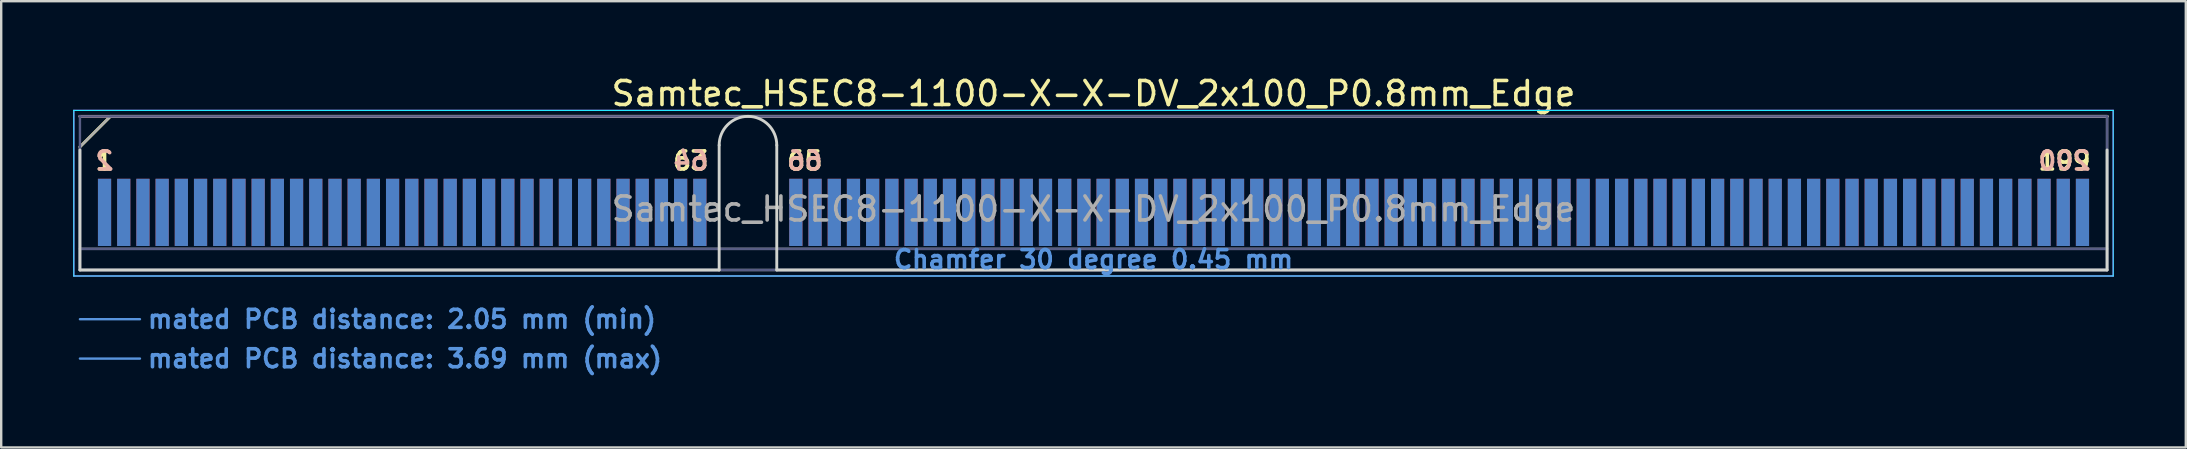
<source format=kicad_pcb>
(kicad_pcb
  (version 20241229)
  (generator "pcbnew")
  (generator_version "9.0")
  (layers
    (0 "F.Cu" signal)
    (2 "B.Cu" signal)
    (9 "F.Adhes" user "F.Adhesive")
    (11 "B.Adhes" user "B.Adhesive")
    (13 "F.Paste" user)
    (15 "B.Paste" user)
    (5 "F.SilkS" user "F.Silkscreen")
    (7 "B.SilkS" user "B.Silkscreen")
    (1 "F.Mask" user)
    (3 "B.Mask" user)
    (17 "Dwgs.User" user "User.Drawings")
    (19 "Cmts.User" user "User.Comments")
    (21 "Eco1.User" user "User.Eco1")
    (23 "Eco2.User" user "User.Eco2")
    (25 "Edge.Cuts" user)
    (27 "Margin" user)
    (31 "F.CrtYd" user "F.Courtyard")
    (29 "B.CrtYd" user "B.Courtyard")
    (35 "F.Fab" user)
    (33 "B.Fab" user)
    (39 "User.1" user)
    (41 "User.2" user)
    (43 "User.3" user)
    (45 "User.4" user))
  (footprint "Samtec_HSEC8-1100-X-X-DV_2x100_P0.8mm_Edge"
    (layer "F.Cu")
    (at 42.505 8.198)
    (property "Reference" "Samtec_HSEC8-1100-X-X-DV_2x100_P0.8mm_Edge" (at 0 -7.35 0) (layer "F.SilkS") (effects (font (size 1 1) (thickness 0.15))))
    (attr exclude_from_pos_files exclude_from_bom)
    (fp_line (start -42.225 -5.13) (end -40.955 -6.4) (stroke (width 0.12) (type solid)) (layer "F.SilkS"))
    (fp_line (start -40.955 -6.4) (end 42.225 -6.4) (stroke (width 0.12) (type solid)) (layer "F.SilkS"))
    (fp_line (start -42.225 -6.4) (end -42.225 -6.4) (stroke (width 0.12) (type solid)) (layer "B.SilkS"))
    (fp_line (start -42.225 -6.4) (end 42.225 -6.4) (stroke (width 0.12) (type solid)) (layer "B.SilkS"))
    (fp_line (start -42.225 2.05) (end -39.725 2.05) (stroke (width 0.1) (type solid)) (layer "Cmts.User"))
    (fp_line (start -42.225 3.69) (end -39.725 3.69) (stroke (width 0.1) (type solid)) (layer "Cmts.User"))
    (fp_line (start -42.225 -5) (end -42.225 0) (stroke (width 0.12) (type solid)) (layer "Edge.Cuts"))
    (fp_line (start -42.225 0) (end -15.595 0) (stroke (width 0.12) (type solid)) (layer "Edge.Cuts"))
    (fp_line (start -15.595 0) (end -15.595 -5.2) (stroke (width 0.12) (type solid)) (layer "Edge.Cuts"))
    (fp_line (start -13.195 -5.2) (end -13.195 0) (stroke (width 0.12) (type solid)) (layer "Edge.Cuts"))
    (fp_line (start -13.195 0) (end 42.225 0) (stroke (width 0.12) (type solid)) (layer "Edge.Cuts"))
    (fp_line (start 42.225 0) (end 42.225 -5) (stroke (width 0.12) (type solid)) (layer "Edge.Cuts"))
    (fp_arc (start -15.595 -5.2) (mid -14.395 -6.4) (end -13.195 -5.2) (stroke (width 0.12) (type solid)) (layer "Edge.Cuts"))
    (fp_line (start -42.48 -6.65) (end -42.48 0.25) (stroke (width 0.05) (type solid)) (layer "B.CrtYd"))
    (fp_line (start -42.48 0.25) (end 42.48 0.25) (stroke (width 0.05) (type solid)) (layer "B.CrtYd"))
    (fp_line (start 42.48 -6.65) (end -42.48 -6.65) (stroke (width 0.05) (type solid)) (layer "B.CrtYd"))
    (fp_line (start 42.48 0.25) (end 42.48 -6.65) (stroke (width 0.05) (type solid)) (layer "B.CrtYd"))
    (fp_line (start -42.48 -6.65) (end -42.48 0.25) (stroke (width 0.05) (type solid)) (layer "F.CrtYd"))
    (fp_line (start -42.48 0.25) (end 42.48 0.25) (stroke (width 0.05) (type solid)) (layer "F.CrtYd"))
    (fp_line (start 42.48 -6.65) (end -42.48 -6.65) (stroke (width 0.05) (type solid)) (layer "F.CrtYd"))
    (fp_line (start 42.48 0.25) (end 42.48 -6.65) (stroke (width 0.05) (type solid)) (layer "F.CrtYd"))
    (fp_line (start -42.225 -6.4) (end -42.225 -6.4) (stroke (width 0.1) (type solid)) (layer "B.Fab"))
    (fp_line (start -42.225 -6.4) (end -42.225 0) (stroke (width 0.1) (type solid)) (layer "B.Fab"))
    (fp_line (start -42.225 -6.4) (end 42.225 -6.4) (stroke (width 0.1) (type solid)) (layer "B.Fab"))
    (fp_line (start -42.225 -0.88) (end 42.225 -0.88) (stroke (width 0.1) (type solid)) (layer "B.Fab"))
    (fp_line (start -42.225 0) (end 42.225 0) (stroke (width 0.1) (type solid)) (layer "B.Fab"))
    (fp_line (start 42.225 -6.4) (end 42.225 0) (stroke (width 0.1) (type solid)) (layer "B.Fab"))
    (fp_line (start -42.225 -5.13) (end -42.225 0) (stroke (width 0.1) (type solid)) (layer "F.Fab"))
    (fp_line (start -42.225 -5.13) (end -40.955 -6.4) (stroke (width 0.1) (type solid)) (layer "F.Fab"))
    (fp_line (start -42.225 -0.88) (end 42.225 -0.88) (stroke (width 0.1) (type solid)) (layer "F.Fab"))
    (fp_line (start -42.225 0) (end 42.225 0) (stroke (width 0.1) (type solid)) (layer "F.Fab"))
    (fp_line (start -40.955 -6.4) (end 42.225 -6.4) (stroke (width 0.1) (type solid)) (layer "F.Fab"))
    (fp_line (start 42.225 -6.4) (end 42.225 0) (stroke (width 0.1) (type solid)) (layer "F.Fab"))
    (fp_text user "199" (at 40.45 -4.55 0) (layer "F.SilkS") (effects (font (size 0.75 0.75) (thickness 0.15))))
    (fp_text user "1" (at -41.2 -4.55 0) (layer "F.SilkS") (effects (font (size 0.75 0.75) (thickness 0.15))))
    (fp_text user "63" (at -16.775 -4.55 0) (layer "F.SilkS") (effects (font (size 0.75 0.75) (thickness 0.15))))
    (fp_text user "65" (at -12.025 -4.55 0) (layer "F.SilkS") (effects (font (size 0.75 0.75) (thickness 0.15))))
    (fp_text user "64" (at -16.775 -4.55 0) (layer "B.SilkS") (effects (font (size 0.75 0.75) (thickness 0.15)) (justify mirror)))
    (fp_text user "2" (at -41.2 -4.55 0) (layer "B.SilkS") (effects (font (size 0.75 0.75) (thickness 0.15)) (justify mirror)))
    (fp_text user "200" (at 40.45 -4.55 0) (layer "B.SilkS") (effects (font (size 0.75 0.75) (thickness 0.15)) (justify mirror)))
    (fp_text user "66" (at -12.025 -4.55 0) (layer "B.SilkS") (effects (font (size 0.75 0.75) (thickness 0.15)) (justify mirror)))
    (fp_text user "mated PCB distance: 2.05 mm (min)" (at -39.48 2.05 0) (layer "Cmts.User") (effects (font (size 0.75 0.75) (thickness 0.15)) (justify left)))
    (fp_text user "mated PCB distance: 3.69 mm (max)" (at -39.48 3.69 0) (layer "Cmts.User") (effects (font (size 0.75 0.75) (thickness 0.15)) (justify left)))
    (fp_text user "Chamfer 30 degree 0.45 mm" (at 0 -0.44 0) (layer "Cmts.User") (effects (font (size 0.75 0.75) (thickness 0.15))))
    (fp_text user "${REFERENCE}" (at 0 -2.54 0) (layer "F.Fab") (effects (font (size 1 1) (thickness 0.15))))
    (pad "1" connect rect (at -41.2 -2.4) (size 0.55 2.8) (layers "F.Cu" "F.Mask"))
    (pad "2" connect rect (at -41.2 -2.4) (size 0.55 2.8) (layers "B.Cu" "B.Mask"))
    (pad "3" connect rect (at -40.4 -2.4) (size 0.55 2.8) (layers "F.Cu" "F.Mask"))
    (pad "4" connect rect (at -40.4 -2.4) (size 0.55 2.8) (layers "B.Cu" "B.Mask"))
    (pad "5" connect rect (at -39.6 -2.4) (size 0.55 2.8) (layers "F.Cu" "F.Mask"))
    (pad "6" connect rect (at -39.6 -2.4) (size 0.55 2.8) (layers "B.Cu" "B.Mask"))
    (pad "7" connect rect (at -38.8 -2.4) (size 0.55 2.8) (layers "F.Cu" "F.Mask"))
    (pad "8" connect rect (at -38.8 -2.4) (size 0.55 2.8) (layers "B.Cu" "B.Mask"))
    (pad "9" connect rect (at -38 -2.4) (size 0.55 2.8) (layers "F.Cu" "F.Mask"))
    (pad "10" connect rect (at -38 -2.4) (size 0.55 2.8) (layers "B.Cu" "B.Mask"))
    (pad "11" connect rect (at -37.2 -2.4) (size 0.55 2.8) (layers "F.Cu" "F.Mask"))
    (pad "12" connect rect (at -37.2 -2.4) (size 0.55 2.8) (layers "B.Cu" "B.Mask"))
    (pad "13" connect rect (at -36.4 -2.4) (size 0.55 2.8) (layers "F.Cu" "F.Mask"))
    (pad "14" connect rect (at -36.4 -2.4) (size 0.55 2.8) (layers "B.Cu" "B.Mask"))
    (pad "15" connect rect (at -35.6 -2.4) (size 0.55 2.8) (layers "F.Cu" "F.Mask"))
    (pad "16" connect rect (at -35.6 -2.4) (size 0.55 2.8) (layers "B.Cu" "B.Mask"))
    (pad "17" connect rect (at -34.8 -2.4) (size 0.55 2.8) (layers "F.Cu" "F.Mask"))
    (pad "18" connect rect (at -34.8 -2.4) (size 0.55 2.8) (layers "B.Cu" "B.Mask"))
    (pad "19" connect rect (at -34 -2.4) (size 0.55 2.8) (layers "F.Cu" "F.Mask"))
    (pad "20" connect rect (at -34 -2.4) (size 0.55 2.8) (layers "B.Cu" "B.Mask"))
    (pad "21" connect rect (at -33.2 -2.4) (size 0.55 2.8) (layers "F.Cu" "F.Mask"))
    (pad "22" connect rect (at -33.2 -2.4) (size 0.55 2.8) (layers "B.Cu" "B.Mask"))
    (pad "23" connect rect (at -32.4 -2.4) (size 0.55 2.8) (layers "F.Cu" "F.Mask"))
    (pad "24" connect rect (at -32.4 -2.4) (size 0.55 2.8) (layers "B.Cu" "B.Mask"))
    (pad "25" connect rect (at -31.6 -2.4) (size 0.55 2.8) (layers "F.Cu" "F.Mask"))
    (pad "26" connect rect (at -31.6 -2.4) (size 0.55 2.8) (layers "B.Cu" "B.Mask"))
    (pad "27" connect rect (at -30.8 -2.4) (size 0.55 2.8) (layers "F.Cu" "F.Mask"))
    (pad "28" connect rect (at -30.8 -2.4) (size 0.55 2.8) (layers "B.Cu" "B.Mask"))
    (pad "29" connect rect (at -30 -2.4) (size 0.55 2.8) (layers "F.Cu" "F.Mask"))
    (pad "30" connect rect (at -30 -2.4) (size 0.55 2.8) (layers "B.Cu" "B.Mask"))
    (pad "31" connect rect (at -29.2 -2.4) (size 0.55 2.8) (layers "F.Cu" "F.Mask"))
    (pad "32" connect rect (at -29.2 -2.4) (size 0.55 2.8) (layers "B.Cu" "B.Mask"))
    (pad "33" connect rect (at -28.4 -2.4) (size 0.55 2.8) (layers "F.Cu" "F.Mask"))
    (pad "34" connect rect (at -28.4 -2.4) (size 0.55 2.8) (layers "B.Cu" "B.Mask"))
    (pad "35" connect rect (at -27.6 -2.4) (size 0.55 2.8) (layers "F.Cu" "F.Mask"))
    (pad "36" connect rect (at -27.6 -2.4) (size 0.55 2.8) (layers "B.Cu" "B.Mask"))
    (pad "37" connect rect (at -26.8 -2.4) (size 0.55 2.8) (layers "F.Cu" "F.Mask"))
    (pad "38" connect rect (at -26.8 -2.4) (size 0.55 2.8) (layers "B.Cu" "B.Mask"))
    (pad "39" connect rect (at -26 -2.4) (size 0.55 2.8) (layers "F.Cu" "F.Mask"))
    (pad "40" connect rect (at -26 -2.4) (size 0.55 2.8) (layers "B.Cu" "B.Mask"))
    (pad "41" connect rect (at -25.2 -2.4) (size 0.55 2.8) (layers "F.Cu" "F.Mask"))
    (pad "42" connect rect (at -25.2 -2.4) (size 0.55 2.8) (layers "B.Cu" "B.Mask"))
    (pad "43" connect rect (at -24.4 -2.4) (size 0.55 2.8) (layers "F.Cu" "F.Mask"))
    (pad "44" connect rect (at -24.4 -2.4) (size 0.55 2.8) (layers "B.Cu" "B.Mask"))
    (pad "45" connect rect (at -23.6 -2.4) (size 0.55 2.8) (layers "F.Cu" "F.Mask"))
    (pad "46" connect rect (at -23.6 -2.4) (size 0.55 2.8) (layers "B.Cu" "B.Mask"))
    (pad "47" connect rect (at -22.8 -2.4) (size 0.55 2.8) (layers "F.Cu" "F.Mask"))
    (pad "48" connect rect (at -22.8 -2.4) (size 0.55 2.8) (layers "B.Cu" "B.Mask"))
    (pad "49" connect rect (at -22 -2.4) (size 0.55 2.8) (layers "F.Cu" "F.Mask"))
    (pad "50" connect rect (at -22 -2.4) (size 0.55 2.8) (layers "B.Cu" "B.Mask"))
    (pad "51" connect rect (at -21.2 -2.4) (size 0.55 2.8) (layers "F.Cu" "F.Mask"))
    (pad "52" connect rect (at -21.2 -2.4) (size 0.55 2.8) (layers "B.Cu" "B.Mask"))
    (pad "53" connect rect (at -20.4 -2.4) (size 0.55 2.8) (layers "F.Cu" "F.Mask"))
    (pad "54" connect rect (at -20.4 -2.4) (size 0.55 2.8) (layers "B.Cu" "B.Mask"))
    (pad "55" connect rect (at -19.6 -2.4) (size 0.55 2.8) (layers "F.Cu" "F.Mask"))
    (pad "56" connect rect (at -19.6 -2.4) (size 0.55 2.8) (layers "B.Cu" "B.Mask"))
    (pad "57" connect rect (at -18.8 -2.4) (size 0.55 2.8) (layers "F.Cu" "F.Mask"))
    (pad "58" connect rect (at -18.8 -2.4) (size 0.55 2.8) (layers "B.Cu" "B.Mask"))
    (pad "59" connect rect (at -18 -2.4) (size 0.55 2.8) (layers "F.Cu" "F.Mask"))
    (pad "60" connect rect (at -18 -2.4) (size 0.55 2.8) (layers "B.Cu" "B.Mask"))
    (pad "61" connect rect (at -17.2 -2.4) (size 0.55 2.8) (layers "F.Cu" "F.Mask"))
    (pad "62" connect rect (at -17.2 -2.4) (size 0.55 2.8) (layers "B.Cu" "B.Mask"))
    (pad "63" connect rect (at -16.4 -2.4) (size 0.55 2.8) (layers "F.Cu" "F.Mask"))
    (pad "64" connect rect (at -16.4 -2.4) (size 0.55 2.8) (layers "B.Cu" "B.Mask"))
    (pad "65" connect rect (at -12.4 -2.4) (size 0.55 2.8) (layers "F.Cu" "F.Mask"))
    (pad "66" connect rect (at -12.4 -2.4) (size 0.55 2.8) (layers "B.Cu" "B.Mask"))
    (pad "67" connect rect (at -11.6 -2.4) (size 0.55 2.8) (layers "F.Cu" "F.Mask"))
    (pad "68" connect rect (at -11.6 -2.4) (size 0.55 2.8) (layers "B.Cu" "B.Mask"))
    (pad "69" connect rect (at -10.8 -2.4) (size 0.55 2.8) (layers "F.Cu" "F.Mask"))
    (pad "70" connect rect (at -10.8 -2.4) (size 0.55 2.8) (layers "B.Cu" "B.Mask"))
    (pad "71" connect rect (at -10 -2.4) (size 0.55 2.8) (layers "F.Cu" "F.Mask"))
    (pad "72" connect rect (at -10 -2.4) (size 0.55 2.8) (layers "B.Cu" "B.Mask"))
    (pad "73" connect rect (at -9.2 -2.4) (size 0.55 2.8) (layers "F.Cu" "F.Mask"))
    (pad "74" connect rect (at -9.2 -2.4) (size 0.55 2.8) (layers "B.Cu" "B.Mask"))
    (pad "75" connect rect (at -8.4 -2.4) (size 0.55 2.8) (layers "F.Cu" "F.Mask"))
    (pad "76" connect rect (at -8.4 -2.4) (size 0.55 2.8) (layers "B.Cu" "B.Mask"))
    (pad "77" connect rect (at -7.6 -2.4) (size 0.55 2.8) (layers "F.Cu" "F.Mask"))
    (pad "78" connect rect (at -7.6 -2.4) (size 0.55 2.8) (layers "B.Cu" "B.Mask"))
    (pad "79" connect rect (at -6.8 -2.4) (size 0.55 2.8) (layers "F.Cu" "F.Mask"))
    (pad "80" connect rect (at -6.8 -2.4) (size 0.55 2.8) (layers "B.Cu" "B.Mask"))
    (pad "81" connect rect (at -6 -2.4) (size 0.55 2.8) (layers "F.Cu" "F.Mask"))
    (pad "82" connect rect (at -6 -2.4) (size 0.55 2.8) (layers "B.Cu" "B.Mask"))
    (pad "83" connect rect (at -5.2 -2.4) (size 0.55 2.8) (layers "F.Cu" "F.Mask"))
    (pad "84" connect rect (at -5.2 -2.4) (size 0.55 2.8) (layers "B.Cu" "B.Mask"))
    (pad "85" connect rect (at -4.4 -2.4) (size 0.55 2.8) (layers "F.Cu" "F.Mask"))
    (pad "86" connect rect (at -4.4 -2.4) (size 0.55 2.8) (layers "B.Cu" "B.Mask"))
    (pad "87" connect rect (at -3.6 -2.4) (size 0.55 2.8) (layers "F.Cu" "F.Mask"))
    (pad "88" connect rect (at -3.6 -2.4) (size 0.55 2.8) (layers "B.Cu" "B.Mask"))
    (pad "89" connect rect (at -2.8 -2.4) (size 0.55 2.8) (layers "F.Cu" "F.Mask"))
    (pad "90" connect rect (at -2.8 -2.4) (size 0.55 2.8) (layers "B.Cu" "B.Mask"))
    (pad "91" connect rect (at -2 -2.4) (size 0.55 2.8) (layers "F.Cu" "F.Mask"))
    (pad "92" connect rect (at -2 -2.4) (size 0.55 2.8) (layers "B.Cu" "B.Mask"))
    (pad "93" connect rect (at -1.2 -2.4) (size 0.55 2.8) (layers "F.Cu" "F.Mask"))
    (pad "94" connect rect (at -1.2 -2.4) (size 0.55 2.8) (layers "B.Cu" "B.Mask"))
    (pad "95" connect rect (at -0.4 -2.4) (size 0.55 2.8) (layers "F.Cu" "F.Mask"))
    (pad "96" connect rect (at -0.4 -2.4) (size 0.55 2.8) (layers "B.Cu" "B.Mask"))
    (pad "97" connect rect (at 0.4 -2.4) (size 0.55 2.8) (layers "F.Cu" "F.Mask"))
    (pad "98" connect rect (at 0.4 -2.4) (size 0.55 2.8) (layers "B.Cu" "B.Mask"))
    (pad "99" connect rect (at 1.2 -2.4) (size 0.55 2.8) (layers "F.Cu" "F.Mask"))
    (pad "100" connect rect (at 1.2 -2.4) (size 0.55 2.8) (layers "B.Cu" "B.Mask"))
    (pad "101" connect rect (at 2 -2.4) (size 0.55 2.8) (layers "F.Cu" "F.Mask"))
    (pad "102" connect rect (at 2 -2.4) (size 0.55 2.8) (layers "B.Cu" "B.Mask"))
    (pad "103" connect rect (at 2.8 -2.4) (size 0.55 2.8) (layers "F.Cu" "F.Mask"))
    (pad "104" connect rect (at 2.8 -2.4) (size 0.55 2.8) (layers "B.Cu" "B.Mask"))
    (pad "105" connect rect (at 3.6 -2.4) (size 0.55 2.8) (layers "F.Cu" "F.Mask"))
    (pad "106" connect rect (at 3.6 -2.4) (size 0.55 2.8) (layers "B.Cu" "B.Mask"))
    (pad "107" connect rect (at 4.4 -2.4) (size 0.55 2.8) (layers "F.Cu" "F.Mask"))
    (pad "108" connect rect (at 4.4 -2.4) (size 0.55 2.8) (layers "B.Cu" "B.Mask"))
    (pad "109" connect rect (at 5.2 -2.4) (size 0.55 2.8) (layers "F.Cu" "F.Mask"))
    (pad "110" connect rect (at 5.2 -2.4) (size 0.55 2.8) (layers "B.Cu" "B.Mask"))
    (pad "111" connect rect (at 6 -2.4) (size 0.55 2.8) (layers "F.Cu" "F.Mask"))
    (pad "112" connect rect (at 6 -2.4) (size 0.55 2.8) (layers "B.Cu" "B.Mask"))
    (pad "113" connect rect (at 6.8 -2.4) (size 0.55 2.8) (layers "F.Cu" "F.Mask"))
    (pad "114" connect rect (at 6.8 -2.4) (size 0.55 2.8) (layers "B.Cu" "B.Mask"))
    (pad "115" connect rect (at 7.6 -2.4) (size 0.55 2.8) (layers "F.Cu" "F.Mask"))
    (pad "116" connect rect (at 7.6 -2.4) (size 0.55 2.8) (layers "B.Cu" "B.Mask"))
    (pad "117" connect rect (at 8.4 -2.4) (size 0.55 2.8) (layers "F.Cu" "F.Mask"))
    (pad "118" connect rect (at 8.4 -2.4) (size 0.55 2.8) (layers "B.Cu" "B.Mask"))
    (pad "119" connect rect (at 9.2 -2.4) (size 0.55 2.8) (layers "F.Cu" "F.Mask"))
    (pad "120" connect rect (at 9.2 -2.4) (size 0.55 2.8) (layers "B.Cu" "B.Mask"))
    (pad "121" connect rect (at 10 -2.4) (size 0.55 2.8) (layers "F.Cu" "F.Mask"))
    (pad "122" connect rect (at 10 -2.4) (size 0.55 2.8) (layers "B.Cu" "B.Mask"))
    (pad "123" connect rect (at 10.8 -2.4) (size 0.55 2.8) (layers "F.Cu" "F.Mask"))
    (pad "124" connect rect (at 10.8 -2.4) (size 0.55 2.8) (layers "B.Cu" "B.Mask"))
    (pad "125" connect rect (at 11.6 -2.4) (size 0.55 2.8) (layers "F.Cu" "F.Mask"))
    (pad "126" connect rect (at 11.6 -2.4) (size 0.55 2.8) (layers "B.Cu" "B.Mask"))
    (pad "127" connect rect (at 12.4 -2.4) (size 0.55 2.8) (layers "F.Cu" "F.Mask"))
    (pad "128" connect rect (at 12.4 -2.4) (size 0.55 2.8) (layers "B.Cu" "B.Mask"))
    (pad "129" connect rect (at 13.2 -2.4) (size 0.55 2.8) (layers "F.Cu" "F.Mask"))
    (pad "130" connect rect (at 13.2 -2.4) (size 0.55 2.8) (layers "B.Cu" "B.Mask"))
    (pad "131" connect rect (at 14 -2.4) (size 0.55 2.8) (layers "F.Cu" "F.Mask"))
    (pad "132" connect rect (at 14 -2.4) (size 0.55 2.8) (layers "B.Cu" "B.Mask"))
    (pad "133" connect rect (at 14.8 -2.4) (size 0.55 2.8) (layers "F.Cu" "F.Mask"))
    (pad "134" connect rect (at 14.8 -2.4) (size 0.55 2.8) (layers "B.Cu" "B.Mask"))
    (pad "135" connect rect (at 15.6 -2.4) (size 0.55 2.8) (layers "F.Cu" "F.Mask"))
    (pad "136" connect rect (at 15.6 -2.4) (size 0.55 2.8) (layers "B.Cu" "B.Mask"))
    (pad "137" connect rect (at 16.4 -2.4) (size 0.55 2.8) (layers "F.Cu" "F.Mask"))
    (pad "138" connect rect (at 16.4 -2.4) (size 0.55 2.8) (layers "B.Cu" "B.Mask"))
    (pad "139" connect rect (at 17.2 -2.4) (size 0.55 2.8) (layers "F.Cu" "F.Mask"))
    (pad "140" connect rect (at 17.2 -2.4) (size 0.55 2.8) (layers "B.Cu" "B.Mask"))
    (pad "141" connect rect (at 18 -2.4) (size 0.55 2.8) (layers "F.Cu" "F.Mask"))
    (pad "142" connect rect (at 18 -2.4) (size 0.55 2.8) (layers "B.Cu" "B.Mask"))
    (pad "143" connect rect (at 18.8 -2.4) (size 0.55 2.8) (layers "F.Cu" "F.Mask"))
    (pad "144" connect rect (at 18.8 -2.4) (size 0.55 2.8) (layers "B.Cu" "B.Mask"))
    (pad "145" connect rect (at 19.6 -2.4) (size 0.55 2.8) (layers "F.Cu" "F.Mask"))
    (pad "146" connect rect (at 19.6 -2.4) (size 0.55 2.8) (layers "B.Cu" "B.Mask"))
    (pad "147" connect rect (at 20.4 -2.4) (size 0.55 2.8) (layers "F.Cu" "F.Mask"))
    (pad "148" connect rect (at 20.4 -2.4) (size 0.55 2.8) (layers "B.Cu" "B.Mask"))
    (pad "149" connect rect (at 21.2 -2.4) (size 0.55 2.8) (layers "F.Cu" "F.Mask"))
    (pad "150" connect rect (at 21.2 -2.4) (size 0.55 2.8) (layers "B.Cu" "B.Mask"))
    (pad "151" connect rect (at 22 -2.4) (size 0.55 2.8) (layers "F.Cu" "F.Mask"))
    (pad "152" connect rect (at 22 -2.4) (size 0.55 2.8) (layers "B.Cu" "B.Mask"))
    (pad "153" connect rect (at 22.8 -2.4) (size 0.55 2.8) (layers "F.Cu" "F.Mask"))
    (pad "154" connect rect (at 22.8 -2.4) (size 0.55 2.8) (layers "B.Cu" "B.Mask"))
    (pad "155" connect rect (at 23.6 -2.4) (size 0.55 2.8) (layers "F.Cu" "F.Mask"))
    (pad "156" connect rect (at 23.6 -2.4) (size 0.55 2.8) (layers "B.Cu" "B.Mask"))
    (pad "157" connect rect (at 24.4 -2.4) (size 0.55 2.8) (layers "F.Cu" "F.Mask"))
    (pad "158" connect rect (at 24.4 -2.4) (size 0.55 2.8) (layers "B.Cu" "B.Mask"))
    (pad "159" connect rect (at 25.2 -2.4) (size 0.55 2.8) (layers "F.Cu" "F.Mask"))
    (pad "160" connect rect (at 25.2 -2.4) (size 0.55 2.8) (layers "B.Cu" "B.Mask"))
    (pad "161" connect rect (at 26 -2.4) (size 0.55 2.8) (layers "F.Cu" "F.Mask"))
    (pad "162" connect rect (at 26 -2.4) (size 0.55 2.8) (layers "B.Cu" "B.Mask"))
    (pad "163" connect rect (at 26.8 -2.4) (size 0.55 2.8) (layers "F.Cu" "F.Mask"))
    (pad "164" connect rect (at 26.8 -2.4) (size 0.55 2.8) (layers "B.Cu" "B.Mask"))
    (pad "165" connect rect (at 27.6 -2.4) (size 0.55 2.8) (layers "F.Cu" "F.Mask"))
    (pad "166" connect rect (at 27.6 -2.4) (size 0.55 2.8) (layers "B.Cu" "B.Mask"))
    (pad "167" connect rect (at 28.4 -2.4) (size 0.55 2.8) (layers "F.Cu" "F.Mask"))
    (pad "168" connect rect (at 28.4 -2.4) (size 0.55 2.8) (layers "B.Cu" "B.Mask"))
    (pad "169" connect rect (at 29.2 -2.4) (size 0.55 2.8) (layers "F.Cu" "F.Mask"))
    (pad "170" connect rect (at 29.2 -2.4) (size 0.55 2.8) (layers "B.Cu" "B.Mask"))
    (pad "171" connect rect (at 30 -2.4) (size 0.55 2.8) (layers "F.Cu" "F.Mask"))
    (pad "172" connect rect (at 30 -2.4) (size 0.55 2.8) (layers "B.Cu" "B.Mask"))
    (pad "173" connect rect (at 30.8 -2.4) (size 0.55 2.8) (layers "F.Cu" "F.Mask"))
    (pad "174" connect rect (at 30.8 -2.4) (size 0.55 2.8) (layers "B.Cu" "B.Mask"))
    (pad "175" connect rect (at 31.6 -2.4) (size 0.55 2.8) (layers "F.Cu" "F.Mask"))
    (pad "176" connect rect (at 31.6 -2.4) (size 0.55 2.8) (layers "B.Cu" "B.Mask"))
    (pad "177" connect rect (at 32.4 -2.4) (size 0.55 2.8) (layers "F.Cu" "F.Mask"))
    (pad "178" connect rect (at 32.4 -2.4) (size 0.55 2.8) (layers "B.Cu" "B.Mask"))
    (pad "179" connect rect (at 33.2 -2.4) (size 0.55 2.8) (layers "F.Cu" "F.Mask"))
    (pad "180" connect rect (at 33.2 -2.4) (size 0.55 2.8) (layers "B.Cu" "B.Mask"))
    (pad "181" connect rect (at 34 -2.4) (size 0.55 2.8) (layers "F.Cu" "F.Mask"))
    (pad "182" connect rect (at 34 -2.4) (size 0.55 2.8) (layers "B.Cu" "B.Mask"))
    (pad "183" connect rect (at 34.8 -2.4) (size 0.55 2.8) (layers "F.Cu" "F.Mask"))
    (pad "184" connect rect (at 34.8 -2.4) (size 0.55 2.8) (layers "B.Cu" "B.Mask"))
    (pad "185" connect rect (at 35.6 -2.4) (size 0.55 2.8) (layers "F.Cu" "F.Mask"))
    (pad "186" connect rect (at 35.6 -2.4) (size 0.55 2.8) (layers "B.Cu" "B.Mask"))
    (pad "187" connect rect (at 36.4 -2.4) (size 0.55 2.8) (layers "F.Cu" "F.Mask"))
    (pad "188" connect rect (at 36.4 -2.4) (size 0.55 2.8) (layers "B.Cu" "B.Mask"))
    (pad "189" connect rect (at 37.2 -2.4) (size 0.55 2.8) (layers "F.Cu" "F.Mask"))
    (pad "190" connect rect (at 37.2 -2.4) (size 0.55 2.8) (layers "B.Cu" "B.Mask"))
    (pad "191" connect rect (at 38 -2.4) (size 0.55 2.8) (layers "F.Cu" "F.Mask"))
    (pad "192" connect rect (at 38 -2.4) (size 0.55 2.8) (layers "B.Cu" "B.Mask"))
    (pad "193" connect rect (at 38.8 -2.4) (size 0.55 2.8) (layers "F.Cu" "F.Mask"))
    (pad "194" connect rect (at 38.8 -2.4) (size 0.55 2.8) (layers "B.Cu" "B.Mask"))
    (pad "195" connect rect (at 39.6 -2.4) (size 0.55 2.8) (layers "F.Cu" "F.Mask"))
    (pad "196" connect rect (at 39.6 -2.4) (size 0.55 2.8) (layers "B.Cu" "B.Mask"))
    (pad "197" connect rect (at 40.4 -2.4) (size 0.55 2.8) (layers "F.Cu" "F.Mask"))
    (pad "198" connect rect (at 40.4 -2.4) (size 0.55 2.8) (layers "B.Cu" "B.Mask"))
    (pad "199" connect rect (at 41.2 -2.4) (size 0.55 2.8) (layers "F.Cu" "F.Mask"))
    (pad "200" connect rect (at 41.2 -2.4) (size 0.55 2.8) (layers "B.Cu" "B.Mask")))
  (gr_rect
    (start -3 -3)
    (end 88.01 15.59)
    (stroke (width 0.1) (type default))
    (fill no)
    (layer "Edge.Cuts")))
</source>
